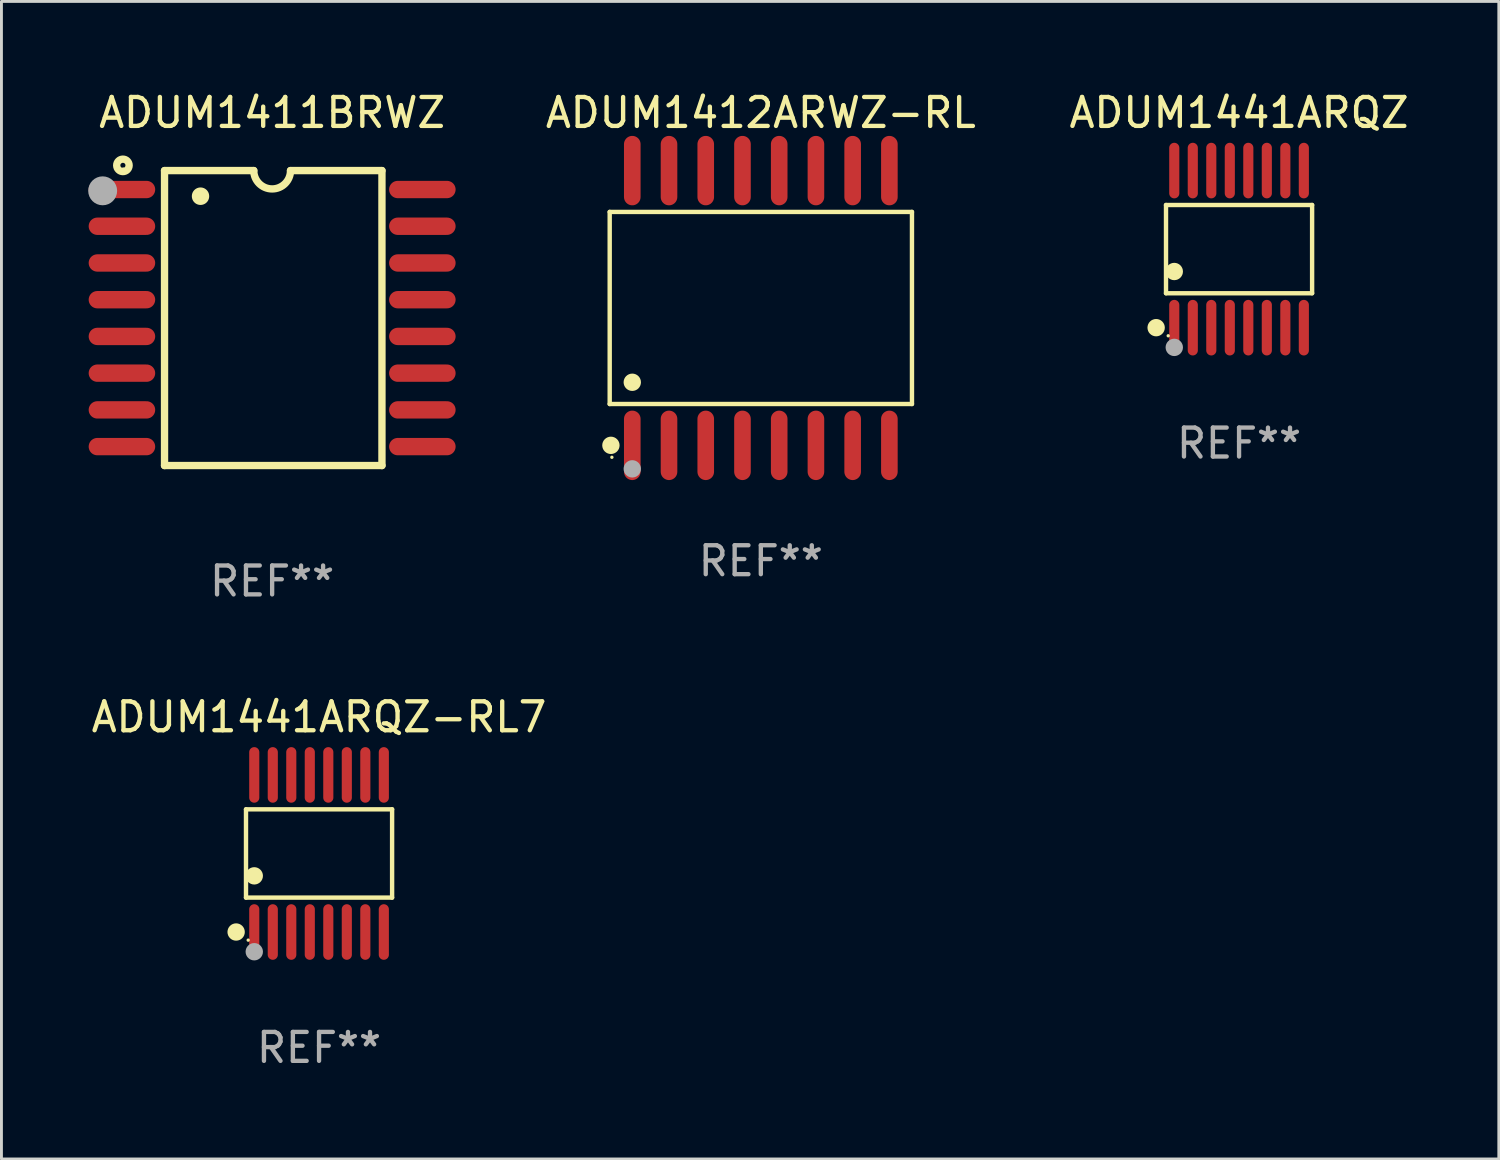
<source format=kicad_pcb>
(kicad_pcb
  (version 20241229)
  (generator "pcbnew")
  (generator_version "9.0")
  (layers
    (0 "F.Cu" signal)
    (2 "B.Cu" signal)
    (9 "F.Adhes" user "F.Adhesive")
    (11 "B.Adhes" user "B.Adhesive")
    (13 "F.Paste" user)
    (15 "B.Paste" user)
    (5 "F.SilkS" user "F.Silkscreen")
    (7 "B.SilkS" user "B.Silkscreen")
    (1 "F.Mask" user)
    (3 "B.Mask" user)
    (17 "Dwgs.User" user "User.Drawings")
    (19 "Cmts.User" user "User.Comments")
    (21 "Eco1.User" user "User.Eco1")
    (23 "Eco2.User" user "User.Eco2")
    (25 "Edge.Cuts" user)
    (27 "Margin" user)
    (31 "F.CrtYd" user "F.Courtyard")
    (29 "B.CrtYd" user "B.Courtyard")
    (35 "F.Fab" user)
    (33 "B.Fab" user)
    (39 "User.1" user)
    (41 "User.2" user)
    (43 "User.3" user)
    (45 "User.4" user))
  (footprint "ADUM1441ARQZ-RL7"
    (layer "F.Cu")
    (at 7.982 26.461)
    (property "Reference" "ADUM1441ARQZ-RL7" (at 0 -4.716 0) (layer "F.SilkS") (effects (font (size 1 1) (thickness 0.15))))
    (attr through_hole)
    (fp_line (start -2.526 -1.526) (end 2.526 -1.526) (stroke (width 0.152) (type solid)) (layer "F.SilkS"))
    (fp_line (start -2.526 1.526) (end -2.526 -1.526) (stroke (width 0.152) (type solid)) (layer "F.SilkS"))
    (fp_line (start 2.526 -1.526) (end 2.526 1.526) (stroke (width 0.152) (type solid)) (layer "F.SilkS"))
    (fp_line (start 2.526 1.526) (end -2.526 1.526) (stroke (width 0.152) (type solid)) (layer "F.SilkS"))
    (fp_circle (center -2.867 2.716) (end -2.717 2.716) (stroke (width 0.3) (type solid)) (fill no) (layer "F.SilkS"))
    (fp_circle (center -2.45 2.997) (end -2.42 2.997) (stroke (width 0.06) (type solid)) (fill no) (layer "F.SilkS"))
    (fp_circle (center -2.24 0.774) (end -2.09 0.774) (stroke (width 0.3) (type solid)) (fill no) (layer "F.SilkS"))
    (fp_circle (center -2.24 3.398) (end -2.09 3.398) (stroke (width 0.3) (type solid)) (fill no) (layer "F.Fab"))
    (fp_text user "REF**" (at 0 6.716 0) (layer "F.Fab") (effects (font (size 1 1) (thickness 0.15))))
    (pad "1" smd oval (at -2.24 2.716) (size 0.35 1.922) (layers "F.Cu" "F.Mask" "F.Paste"))
    (pad "2" smd oval (at -1.6 2.716) (size 0.35 1.922) (layers "F.Cu" "F.Mask" "F.Paste"))
    (pad "3" smd oval (at -0.96 2.716) (size 0.35 1.922) (layers "F.Cu" "F.Mask" "F.Paste"))
    (pad "4" smd oval (at -0.32 2.716) (size 0.35 1.922) (layers "F.Cu" "F.Mask" "F.Paste"))
    (pad "5" smd oval (at 0.32 2.716) (size 0.35 1.922) (layers "F.Cu" "F.Mask" "F.Paste"))
    (pad "6" smd oval (at 0.96 2.716) (size 0.35 1.922) (layers "F.Cu" "F.Mask" "F.Paste"))
    (pad "7" smd oval (at 1.6 2.716) (size 0.35 1.922) (layers "F.Cu" "F.Mask" "F.Paste"))
    (pad "8" smd oval (at 2.24 2.716) (size 0.35 1.922) (layers "F.Cu" "F.Mask" "F.Paste"))
    (pad "9" smd oval (at 2.24 -2.716) (size 0.35 1.922) (layers "F.Cu" "F.Mask" "F.Paste"))
    (pad "10" smd oval (at 1.6 -2.716) (size 0.35 1.922) (layers "F.Cu" "F.Mask" "F.Paste"))
    (pad "11" smd oval (at 0.96 -2.716) (size 0.35 1.922) (layers "F.Cu" "F.Mask" "F.Paste"))
    (pad "12" smd oval (at 0.32 -2.716) (size 0.35 1.922) (layers "F.Cu" "F.Mask" "F.Paste"))
    (pad "13" smd oval (at -0.32 -2.716) (size 0.35 1.922) (layers "F.Cu" "F.Mask" "F.Paste"))
    (pad "14" smd oval (at -0.96 -2.716) (size 0.35 1.922) (layers "F.Cu" "F.Mask" "F.Paste"))
    (pad "15" smd oval (at -1.6 -2.716) (size 0.35 1.922) (layers "F.Cu" "F.Mask" "F.Paste"))
    (pad "16" smd oval (at -2.24 -2.716) (size 0.35 1.922) (layers "F.Cu" "F.Mask" "F.Paste")))
  (footprint "ADUM1441ARQZ"
    (layer "F.Cu")
    (at 39.794 5.564)
    (property "Reference" "ADUM1441ARQZ" (at 0 -4.716 0) (layer "F.SilkS") (effects (font (size 1 1) (thickness 0.15))))
    (attr through_hole)
    (fp_line (start -2.526 -1.526) (end 2.526 -1.526) (stroke (width 0.152) (type solid)) (layer "F.SilkS"))
    (fp_line (start -2.526 1.526) (end -2.526 -1.526) (stroke (width 0.152) (type solid)) (layer "F.SilkS"))
    (fp_line (start 2.526 -1.526) (end 2.526 1.526) (stroke (width 0.152) (type solid)) (layer "F.SilkS"))
    (fp_line (start 2.526 1.526) (end -2.526 1.526) (stroke (width 0.152) (type solid)) (layer "F.SilkS"))
    (fp_circle (center -2.867 2.716) (end -2.717 2.716) (stroke (width 0.3) (type solid)) (fill no) (layer "F.SilkS"))
    (fp_circle (center -2.45 2.997) (end -2.42 2.997) (stroke (width 0.06) (type solid)) (fill no) (layer "F.SilkS"))
    (fp_circle (center -2.24 0.774) (end -2.09 0.774) (stroke (width 0.3) (type solid)) (fill no) (layer "F.SilkS"))
    (fp_circle (center -2.24 3.398) (end -2.09 3.398) (stroke (width 0.3) (type solid)) (fill no) (layer "F.Fab"))
    (fp_text user "REF**" (at 0 6.716 0) (layer "F.Fab") (effects (font (size 1 1) (thickness 0.15))))
    (pad "1" smd oval (at -2.24 2.716) (size 0.35 1.922) (layers "F.Cu" "F.Mask" "F.Paste"))
    (pad "2" smd oval (at -1.6 2.716) (size 0.35 1.922) (layers "F.Cu" "F.Mask" "F.Paste"))
    (pad "3" smd oval (at -0.96 2.716) (size 0.35 1.922) (layers "F.Cu" "F.Mask" "F.Paste"))
    (pad "4" smd oval (at -0.32 2.716) (size 0.35 1.922) (layers "F.Cu" "F.Mask" "F.Paste"))
    (pad "5" smd oval (at 0.32 2.716) (size 0.35 1.922) (layers "F.Cu" "F.Mask" "F.Paste"))
    (pad "6" smd oval (at 0.96 2.716) (size 0.35 1.922) (layers "F.Cu" "F.Mask" "F.Paste"))
    (pad "7" smd oval (at 1.6 2.716) (size 0.35 1.922) (layers "F.Cu" "F.Mask" "F.Paste"))
    (pad "8" smd oval (at 2.24 2.716) (size 0.35 1.922) (layers "F.Cu" "F.Mask" "F.Paste"))
    (pad "9" smd oval (at 2.24 -2.716) (size 0.35 1.922) (layers "F.Cu" "F.Mask" "F.Paste"))
    (pad "10" smd oval (at 1.6 -2.716) (size 0.35 1.922) (layers "F.Cu" "F.Mask" "F.Paste"))
    (pad "11" smd oval (at 0.96 -2.716) (size 0.35 1.922) (layers "F.Cu" "F.Mask" "F.Paste"))
    (pad "12" smd oval (at 0.32 -2.716) (size 0.35 1.922) (layers "F.Cu" "F.Mask" "F.Paste"))
    (pad "13" smd oval (at -0.32 -2.716) (size 0.35 1.922) (layers "F.Cu" "F.Mask" "F.Paste"))
    (pad "14" smd oval (at -0.96 -2.716) (size 0.35 1.922) (layers "F.Cu" "F.Mask" "F.Paste"))
    (pad "15" smd oval (at -1.6 -2.716) (size 0.35 1.922) (layers "F.Cu" "F.Mask" "F.Paste"))
    (pad "16" smd oval (at -2.24 -2.716) (size 0.35 1.922) (layers "F.Cu" "F.Mask" "F.Paste")))
  (footprint "ADUM1411BRWZ"
    (layer "F.Cu")
    (at 6.36 7.948)
    (property "Reference" "ADUM1411BRWZ" (at 0 -7.1 0) (layer "F.SilkS") (effects (font (size 1 1) (thickness 0.15))))
    (attr through_hole)
    (fp_line (start -3.721 -5.1) (end -3.721 5.1) (stroke (width 0.254) (type solid)) (layer "F.SilkS"))
    (fp_line (start -3.721 -5.1) (end -0.635 -5.1) (stroke (width 0.254) (type solid)) (layer "F.SilkS"))
    (fp_line (start -3.721 5.1) (end 3.797 5.1) (stroke (width 0.254) (type solid)) (layer "F.SilkS"))
    (fp_line (start 3.797 -5.1) (end 0.635 -5.1) (stroke (width 0.254) (type solid)) (layer "F.SilkS"))
    (fp_line (start 3.797 5.1) (end 3.797 -5.1) (stroke (width 0.254) (type solid)) (layer "F.SilkS"))
    (fp_arc (start -2.476556 -4.211328) (mid -2.476567 -4.213868) (end -2.476556 -4.216408) (stroke (width 0.6) (type solid)) (layer "F.SilkS"))
    (fp_arc (start 0.63495 -5.100076) (mid -0.000178 -4.465329) (end -0.635052 -5.10033) (stroke (width 0.254001) (type solid)) (layer "F.SilkS"))
    (fp_circle (center -5.16 -5.28) (end -4.945 -5.28) (stroke (width 0.254) (type solid)) (fill no) (layer "F.SilkS"))
    (fp_circle (center -5.15 -5.15) (end -5.12 -5.15) (stroke (width 0.06) (type solid)) (fill no) (layer "F.SilkS"))
    (fp_circle (center -5.86 -4.4) (end -5.61 -4.4) (stroke (width 0.5) (type solid)) (fill no) (layer "F.Fab"))
    (fp_text user "REF**" (at 0 9.1 0) (layer "F.Fab") (effects (font (size 1 1) (thickness 0.15))))
    (pad "1" smd oval (at -5.194 -4.445) (size 2.3 0.6) (layers "F.Cu" "F.Mask" "F.Paste"))
    (pad "2" smd oval (at -5.194 -3.175) (size 2.3 0.6) (layers "F.Cu" "F.Mask" "F.Paste"))
    (pad "3" smd oval (at -5.194 -1.905) (size 2.3 0.6) (layers "F.Cu" "F.Mask" "F.Paste"))
    (pad "4" smd oval (at -5.194 -0.635) (size 2.3 0.6) (layers "F.Cu" "F.Mask" "F.Paste"))
    (pad "5" smd oval (at -5.194 0.635) (size 2.3 0.6) (layers "F.Cu" "F.Mask" "F.Paste"))
    (pad "6" smd oval (at -5.194 1.905) (size 2.3 0.6) (layers "F.Cu" "F.Mask" "F.Paste"))
    (pad "7" smd oval (at -5.194 3.175) (size 2.3 0.6) (layers "F.Cu" "F.Mask" "F.Paste"))
    (pad "8" smd oval (at -5.194 4.445) (size 2.3 0.6) (layers "F.Cu" "F.Mask" "F.Paste"))
    (pad "9" smd oval (at 5.194 4.445) (size 2.3 0.6) (layers "F.Cu" "F.Mask" "F.Paste"))
    (pad "10" smd oval (at 5.194 3.175) (size 2.3 0.6) (layers "F.Cu" "F.Mask" "F.Paste"))
    (pad "11" smd oval (at 5.194 1.905) (size 2.3 0.6) (layers "F.Cu" "F.Mask" "F.Paste"))
    (pad "12" smd oval (at 5.194 0.635) (size 2.3 0.6) (layers "F.Cu" "F.Mask" "F.Paste"))
    (pad "13" smd oval (at 5.194 -0.635) (size 2.3 0.6) (layers "F.Cu" "F.Mask" "F.Paste"))
    (pad "14" smd oval (at 5.194 -1.905) (size 2.3 0.6) (layers "F.Cu" "F.Mask" "F.Paste"))
    (pad "15" smd oval (at 5.194 -3.175) (size 2.3 0.6) (layers "F.Cu" "F.Mask" "F.Paste"))
    (pad "16" smd oval (at 5.194 -4.445) (size 2.3 0.6) (layers "F.Cu" "F.Mask" "F.Paste")))
  (footprint "ADUM1412ARWZ-RL"
    (layer "F.Cu")
    (at 23.258 7.599)
    (property "Reference" "ADUM1412ARWZ-RL" (at 0 -6.75 0) (layer "F.SilkS") (effects (font (size 1 1) (thickness 0.15))))
    (attr through_hole)
    (fp_line (start -5.226 -3.321) (end 5.226 -3.321) (stroke (width 0.152) (type solid)) (layer "F.SilkS"))
    (fp_line (start -5.226 3.321) (end -5.226 -3.321) (stroke (width 0.152) (type solid)) (layer "F.SilkS"))
    (fp_line (start 5.226 -3.321) (end 5.226 3.321) (stroke (width 0.152) (type solid)) (layer "F.SilkS"))
    (fp_line (start 5.226 3.321) (end -5.226 3.321) (stroke (width 0.152) (type solid)) (layer "F.SilkS"))
    (fp_circle (center -5.184 4.75) (end -5.034 4.75) (stroke (width 0.3) (type solid)) (fill no) (layer "F.SilkS"))
    (fp_circle (center -5.15 5.163) (end -5.12 5.163) (stroke (width 0.06) (type solid)) (fill no) (layer "F.SilkS"))
    (fp_circle (center -4.445 2.569) (end -4.295 2.569) (stroke (width 0.3) (type solid)) (fill no) (layer "F.SilkS"))
    (fp_circle (center -4.445 5.563) (end -4.295 5.563) (stroke (width 0.3) (type solid)) (fill no) (layer "F.Fab"))
    (fp_text user "REF**" (at 0 8.75 0) (layer "F.Fab") (effects (font (size 1 1) (thickness 0.15))))
    (pad "1" smd oval (at -4.445 4.75) (size 0.574 2.401) (layers "F.Cu" "F.Mask" "F.Paste"))
    (pad "2" smd oval (at -3.175 4.75) (size 0.574 2.401) (layers "F.Cu" "F.Mask" "F.Paste"))
    (pad "3" smd oval (at -1.905 4.75) (size 0.574 2.401) (layers "F.Cu" "F.Mask" "F.Paste"))
    (pad "4" smd oval (at -0.635 4.75) (size 0.574 2.401) (layers "F.Cu" "F.Mask" "F.Paste"))
    (pad "5" smd oval (at 0.635 4.75) (size 0.574 2.401) (layers "F.Cu" "F.Mask" "F.Paste"))
    (pad "6" smd oval (at 1.905 4.75) (size 0.574 2.401) (layers "F.Cu" "F.Mask" "F.Paste"))
    (pad "7" smd oval (at 3.175 4.75) (size 0.574 2.401) (layers "F.Cu" "F.Mask" "F.Paste"))
    (pad "8" smd oval (at 4.445 4.75) (size 0.574 2.401) (layers "F.Cu" "F.Mask" "F.Paste"))
    (pad "9" smd oval (at 4.445 -4.75) (size 0.574 2.401) (layers "F.Cu" "F.Mask" "F.Paste"))
    (pad "10" smd oval (at 3.175 -4.75) (size 0.574 2.401) (layers "F.Cu" "F.Mask" "F.Paste"))
    (pad "11" smd oval (at 1.905 -4.75) (size 0.574 2.401) (layers "F.Cu" "F.Mask" "F.Paste"))
    (pad "12" smd oval (at 0.635 -4.75) (size 0.574 2.401) (layers "F.Cu" "F.Mask" "F.Paste"))
    (pad "13" smd oval (at -0.635 -4.75) (size 0.574 2.401) (layers "F.Cu" "F.Mask" "F.Paste"))
    (pad "14" smd oval (at -1.905 -4.75) (size 0.574 2.401) (layers "F.Cu" "F.Mask" "F.Paste"))
    (pad "15" smd oval (at -3.175 -4.75) (size 0.574 2.401) (layers "F.Cu" "F.Mask" "F.Paste"))
    (pad "16" smd oval (at -4.445 -4.75) (size 0.574 2.401) (layers "F.Cu" "F.Mask" "F.Paste")))
  (gr_rect
    (start -3 -3)
    (end 48.776 37.025)
    (stroke (width 0.1) (type default))
    (fill no)
    (layer "Edge.Cuts")))
</source>
